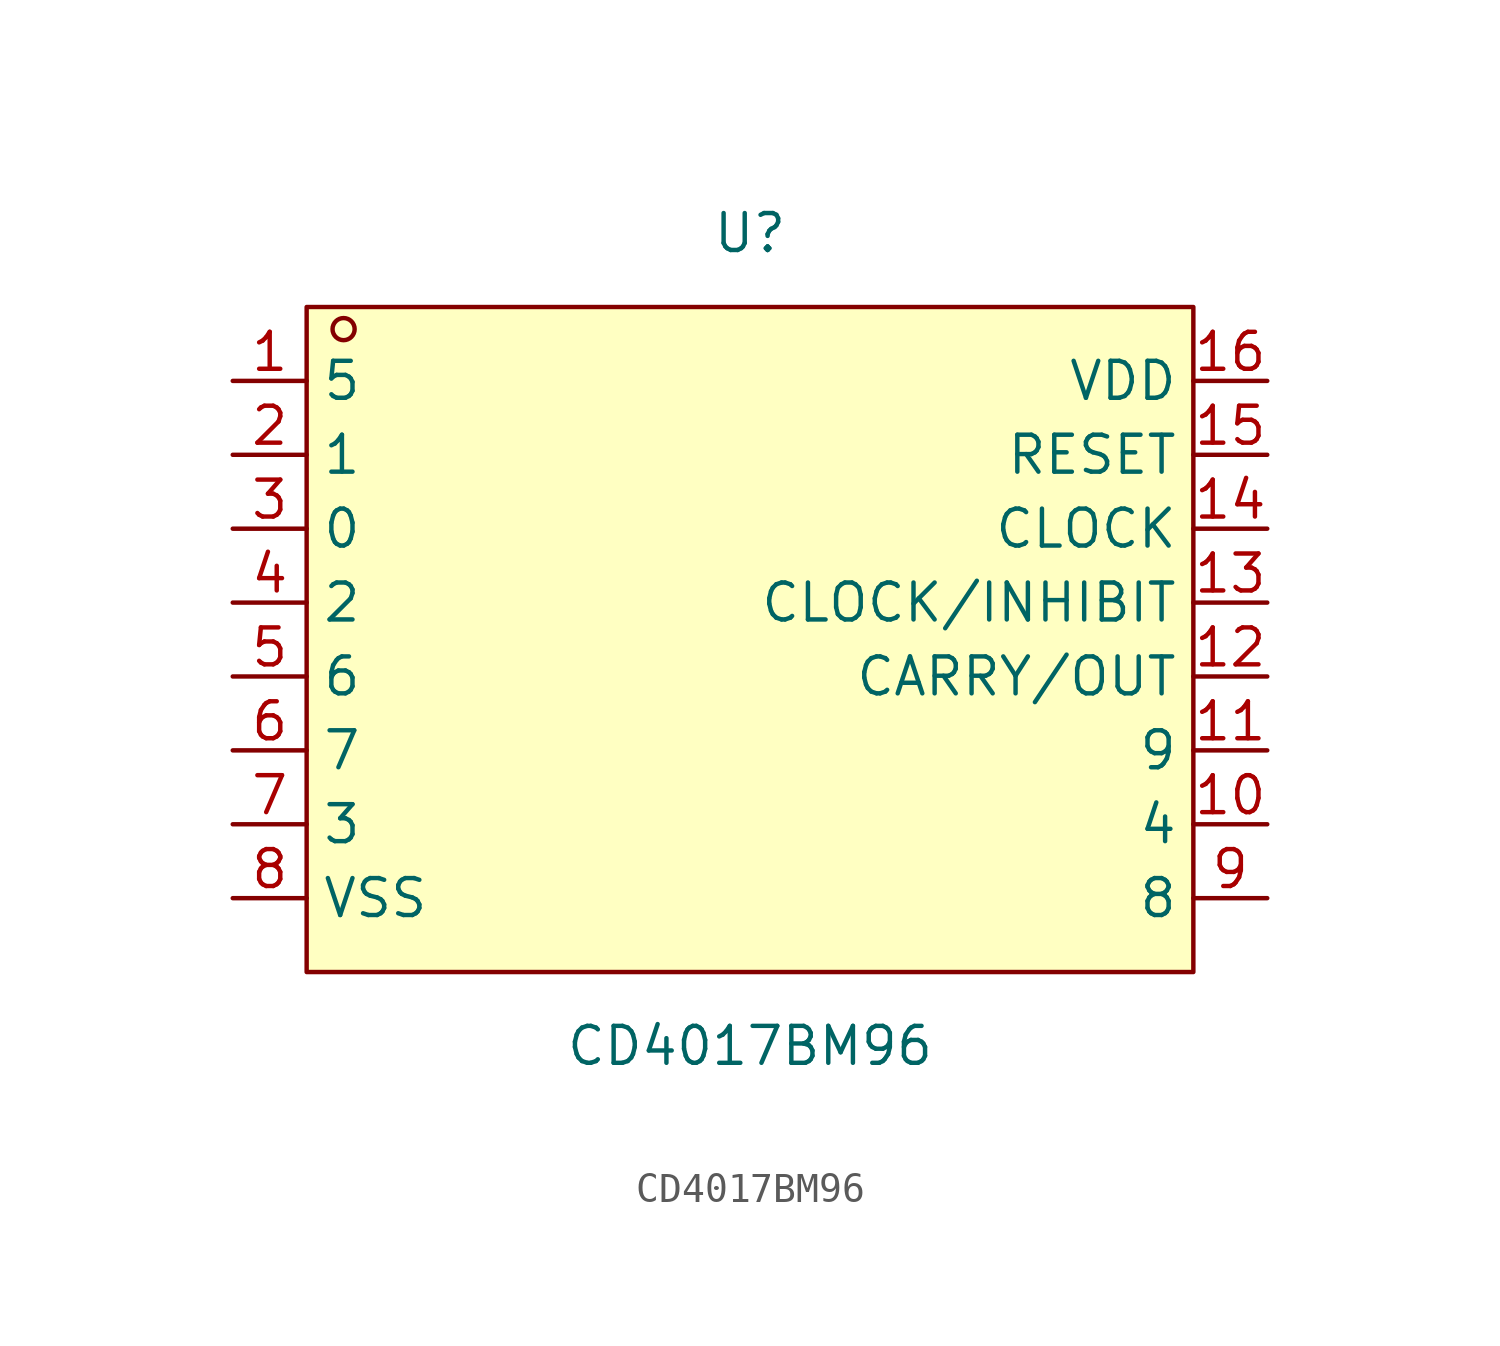
<source format=kicad_sym>
(kicad_symbol_lib
  (version 20211014)
  (generator https://github.com/uPesy/easyeda2kicad.py)
  (symbol "CD4017BM96"
    (property "Reference" "U"
      (at 0 13.97 0)
      (effects (font (size 1.27 1.27))))
    (property "Value" "CD4017BM96"
      (at 0 -13.97 0)
      (effects (font (size 1.27 1.27))))
    (symbol "CD4017BM96_0_1"
      (rectangle (start -15.24 11.43) (end 15.24 -11.43) (stroke (width 0) (type default) (color 0 0 0 0)) (fill (type background)))
      (circle (center -13.97 10.67) (radius 0.38) (stroke (width 0) (type default) (color 0 0 0 0)) (fill (type none)))
      (pin unspecified line (at -17.78 8.89 0) (length 2.54) (name "5" (effects (font (size 1.27 1.27)))) (number "1" (effects (font (size 1.27 1.27)))))
      (pin unspecified line (at -17.78 6.35 0) (length 2.54) (name "1" (effects (font (size 1.27 1.27)))) (number "2" (effects (font (size 1.27 1.27)))))
      (pin unspecified line (at -17.78 3.81 0) (length 2.54) (name "0" (effects (font (size 1.27 1.27)))) (number "3" (effects (font (size 1.27 1.27)))))
      (pin unspecified line (at -17.78 1.27 0) (length 2.54) (name "2" (effects (font (size 1.27 1.27)))) (number "4" (effects (font (size 1.27 1.27)))))
      (pin unspecified line (at -17.78 -1.27 0) (length 2.54) (name "6" (effects (font (size 1.27 1.27)))) (number "5" (effects (font (size 1.27 1.27)))))
      (pin unspecified line (at -17.78 -3.81 0) (length 2.54) (name "7" (effects (font (size 1.27 1.27)))) (number "6" (effects (font (size 1.27 1.27)))))
      (pin unspecified line (at -17.78 -6.35 0) (length 2.54) (name "3" (effects (font (size 1.27 1.27)))) (number "7" (effects (font (size 1.27 1.27)))))
      (pin unspecified line (at -17.78 -8.89 0) (length 2.54) (name "VSS" (effects (font (size 1.27 1.27)))) (number "8" (effects (font (size 1.27 1.27)))))
      (pin unspecified line (at 17.78 -8.89 180) (length 2.54) (name "8" (effects (font (size 1.27 1.27)))) (number "9" (effects (font (size 1.27 1.27)))))
      (pin unspecified line (at 17.78 -6.35 180) (length 2.54) (name "4" (effects (font (size 1.27 1.27)))) (number "10" (effects (font (size 1.27 1.27)))))
      (pin unspecified line (at 17.78 -3.81 180) (length 2.54) (name "9" (effects (font (size 1.27 1.27)))) (number "11" (effects (font (size 1.27 1.27)))))
      (pin unspecified line (at 17.78 -1.27 180) (length 2.54) (name "CARRY/OUT" (effects (font (size 1.27 1.27)))) (number "12" (effects (font (size 1.27 1.27)))))
      (pin unspecified line (at 17.78 1.27 180) (length 2.54) (name "CLOCK/INHIBIT" (effects (font (size 1.27 1.27)))) (number "13" (effects (font (size 1.27 1.27)))))
      (pin unspecified line (at 17.78 3.81 180) (length 2.54) (name "CLOCK" (effects (font (size 1.27 1.27)))) (number "14" (effects (font (size 1.27 1.27)))))
      (pin unspecified line (at 17.78 6.35 180) (length 2.54) (name "RESET" (effects (font (size 1.27 1.27)))) (number "15" (effects (font (size 1.27 1.27)))))
      (pin unspecified line (at 17.78 8.89 180) (length 2.54) (name "VDD" (effects (font (size 1.27 1.27)))) (number "16" (effects (font (size 1.27 1.27))))))))
</source>
